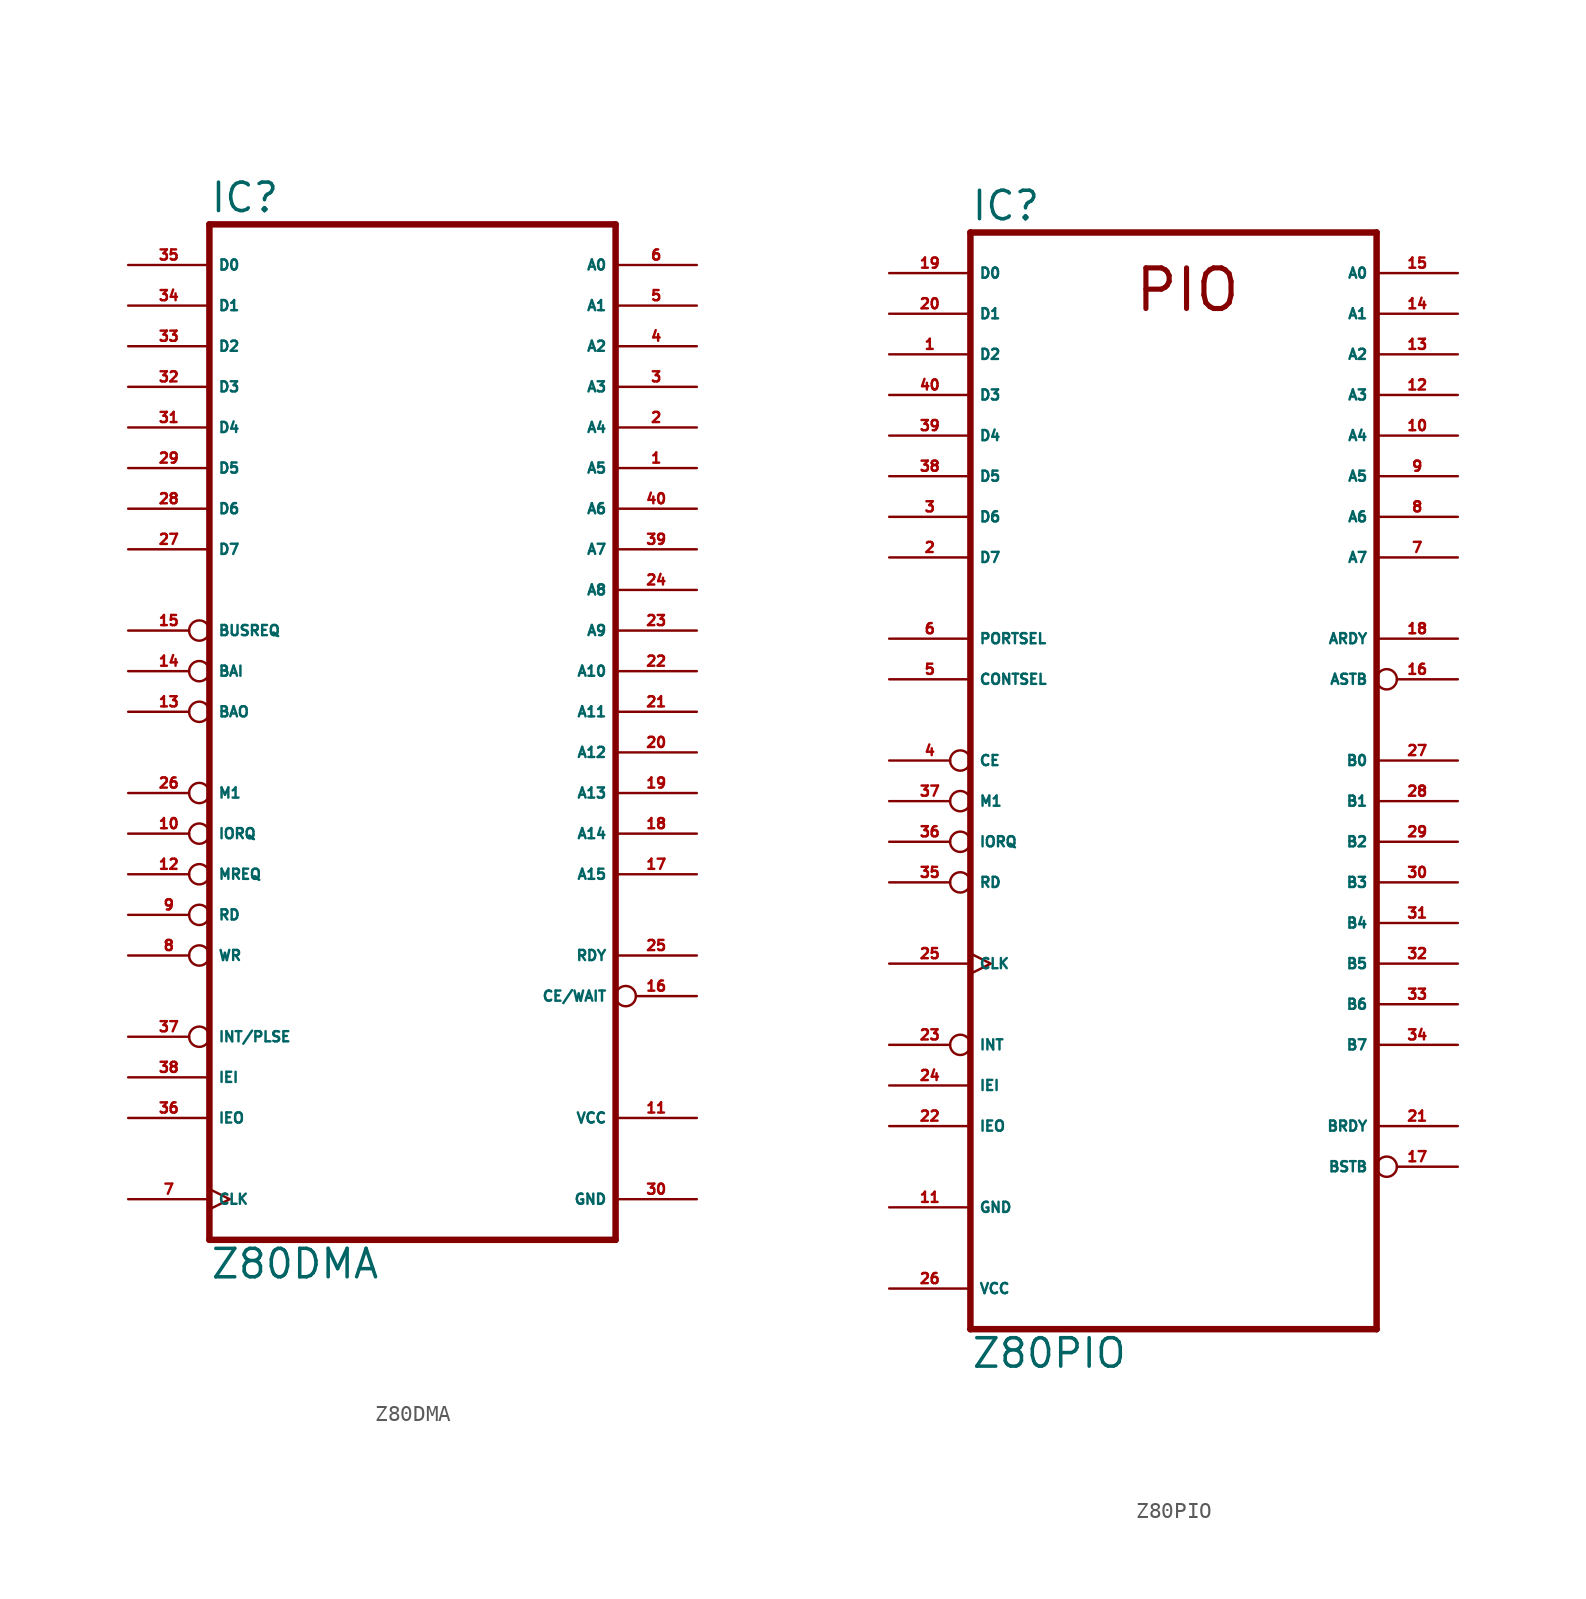
<source format=kicad_sym>
(kicad_symbol_lib
  (version 20220914)
  (generator Eagle2Kicad)
  (symbol "Z80DMA"
    (property "Reference" "IC"
      (at -12.7 31.115 0)
      (effects (font (size 1.778 1.778) (thickness 0.22)) (justify left bottom)))
    (property "Value" "Z80DMA"
      (at -12.7 -35.56 0)
      (effects (font (size 1.778 1.778) (thickness 0.22)) (justify left bottom)))
    (polyline
      (pts (xy -12.7 -33.02) (xy 12.7 -33.02))
      (stroke (width 0.406) (type default))
      (fill (type none)))
    (polyline
      (pts (xy 12.7 -33.02) (xy 12.7 30.48))
      (stroke (width 0.406) (type default))
      (fill (type none)))
    (polyline
      (pts (xy 12.7 30.48) (xy -12.7 30.48))
      (stroke (width 0.406) (type default))
      (fill (type none)))
    (polyline
      (pts (xy -12.7 30.48) (xy -12.7 -33.02))
      (stroke (width 0.406) (type default))
      (fill (type none)))
    (pin output line
      (at 17.78 15.24 180)
      (length 5.08)
      (name "A5" (effects (font (size 0.635 0.635) (thickness 0.08)) (justify left bottom)))
      (number "1" (effects (font (size 0.635 0.635) (thickness 0.08)) (justify left bottom))))
    (pin output line
      (at 17.78 17.78 180)
      (length 5.08)
      (name "A4" (effects (font (size 0.635 0.635) (thickness 0.08)) (justify left bottom)))
      (number "2" (effects (font (size 0.635 0.635) (thickness 0.08)) (justify left bottom))))
    (pin output line
      (at 17.78 20.32 180)
      (length 5.08)
      (name "A3" (effects (font (size 0.635 0.635) (thickness 0.08)) (justify left bottom)))
      (number "3" (effects (font (size 0.635 0.635) (thickness 0.08)) (justify left bottom))))
    (pin output line
      (at 17.78 22.86 180)
      (length 5.08)
      (name "A2" (effects (font (size 0.635 0.635) (thickness 0.08)) (justify left bottom)))
      (number "4" (effects (font (size 0.635 0.635) (thickness 0.08)) (justify left bottom))))
    (pin output line
      (at 17.78 25.4 180)
      (length 5.08)
      (name "A1" (effects (font (size 0.635 0.635) (thickness 0.08)) (justify left bottom)))
      (number "5" (effects (font (size 0.635 0.635) (thickness 0.08)) (justify left bottom))))
    (pin output line
      (at 17.78 27.94 180)
      (length 5.08)
      (name "A0" (effects (font (size 0.635 0.635) (thickness 0.08)) (justify left bottom)))
      (number "6" (effects (font (size 0.635 0.635) (thickness 0.08)) (justify left bottom))))
    (pin input clock
      (at -17.78 -30.48 0)
      (length 5.08)
      (name "CLK" (effects (font (size 0.635 0.635) (thickness 0.08)) (justify left bottom)))
      (number "7" (effects (font (size 0.635 0.635) (thickness 0.08)) (justify left bottom))))
    (pin bidirectional inverted
      (at -17.78 -15.24 0)
      (length 5.08)
      (name "WR" (effects (font (size 0.635 0.635) (thickness 0.08)) (justify left bottom)))
      (number "8" (effects (font (size 0.635 0.635) (thickness 0.08)) (justify left bottom))))
    (pin bidirectional inverted
      (at -17.78 -12.7 0)
      (length 5.08)
      (name "RD" (effects (font (size 0.635 0.635) (thickness 0.08)) (justify left bottom)))
      (number "9" (effects (font (size 0.635 0.635) (thickness 0.08)) (justify left bottom))))
    (pin bidirectional inverted
      (at -17.78 -7.62 0)
      (length 5.08)
      (name "IORQ" (effects (font (size 0.635 0.635) (thickness 0.08)) (justify left bottom)))
      (number "10" (effects (font (size 0.635 0.635) (thickness 0.08)) (justify left bottom))))
    (pin output inverted
      (at -17.78 -10.16 0)
      (length 5.08)
      (name "MREQ" (effects (font (size 0.635 0.635) (thickness 0.08)) (justify left bottom)))
      (number "12" (effects (font (size 0.635 0.635) (thickness 0.08)) (justify left bottom))))
    (pin output inverted
      (at -17.78 0 0)
      (length 5.08)
      (name "BAO" (effects (font (size 0.635 0.635) (thickness 0.08)) (justify left bottom)))
      (number "13" (effects (font (size 0.635 0.635) (thickness 0.08)) (justify left bottom))))
    (pin input inverted
      (at -17.78 2.54 0)
      (length 5.08)
      (name "BAI" (effects (font (size 0.635 0.635) (thickness 0.08)) (justify left bottom)))
      (number "14" (effects (font (size 0.635 0.635) (thickness 0.08)) (justify left bottom))))
    (pin bidirectional inverted
      (at -17.78 5.08 0)
      (length 5.08)
      (name "BUSREQ" (effects (font (size 0.635 0.635) (thickness 0.08)) (justify left bottom)))
      (number "15" (effects (font (size 0.635 0.635) (thickness 0.08)) (justify left bottom))))
    (pin input inverted
      (at 17.78 -17.78 180)
      (length 5.08)
      (name "CE/WAIT" (effects (font (size 0.635 0.635) (thickness 0.08)) (justify left bottom)))
      (number "16" (effects (font (size 0.635 0.635) (thickness 0.08)) (justify left bottom))))
    (pin output line
      (at 17.78 -10.16 180)
      (length 5.08)
      (name "A15" (effects (font (size 0.635 0.635) (thickness 0.08)) (justify left bottom)))
      (number "17" (effects (font (size 0.635 0.635) (thickness 0.08)) (justify left bottom))))
    (pin output line
      (at 17.78 -7.62 180)
      (length 5.08)
      (name "A14" (effects (font (size 0.635 0.635) (thickness 0.08)) (justify left bottom)))
      (number "18" (effects (font (size 0.635 0.635) (thickness 0.08)) (justify left bottom))))
    (pin output line
      (at 17.78 -5.08 180)
      (length 5.08)
      (name "A13" (effects (font (size 0.635 0.635) (thickness 0.08)) (justify left bottom)))
      (number "19" (effects (font (size 0.635 0.635) (thickness 0.08)) (justify left bottom))))
    (pin output line
      (at 17.78 -2.54 180)
      (length 5.08)
      (name "A12" (effects (font (size 0.635 0.635) (thickness 0.08)) (justify left bottom)))
      (number "20" (effects (font (size 0.635 0.635) (thickness 0.08)) (justify left bottom))))
    (pin output line
      (at 17.78 0 180)
      (length 5.08)
      (name "A11" (effects (font (size 0.635 0.635) (thickness 0.08)) (justify left bottom)))
      (number "21" (effects (font (size 0.635 0.635) (thickness 0.08)) (justify left bottom))))
    (pin output line
      (at 17.78 2.54 180)
      (length 5.08)
      (name "A10" (effects (font (size 0.635 0.635) (thickness 0.08)) (justify left bottom)))
      (number "22" (effects (font (size 0.635 0.635) (thickness 0.08)) (justify left bottom))))
    (pin output line
      (at 17.78 5.08 180)
      (length 5.08)
      (name "A9" (effects (font (size 0.635 0.635) (thickness 0.08)) (justify left bottom)))
      (number "23" (effects (font (size 0.635 0.635) (thickness 0.08)) (justify left bottom))))
    (pin output line
      (at 17.78 7.62 180)
      (length 5.08)
      (name "A8" (effects (font (size 0.635 0.635) (thickness 0.08)) (justify left bottom)))
      (number "24" (effects (font (size 0.635 0.635) (thickness 0.08)) (justify left bottom))))
    (pin input line
      (at 17.78 -15.24 180)
      (length 5.08)
      (name "RDY" (effects (font (size 0.635 0.635) (thickness 0.08)) (justify left bottom)))
      (number "25" (effects (font (size 0.635 0.635) (thickness 0.08)) (justify left bottom))))
    (pin input inverted
      (at -17.78 -5.08 0)
      (length 5.08)
      (name "M1" (effects (font (size 0.635 0.635) (thickness 0.08)) (justify left bottom)))
      (number "26" (effects (font (size 0.635 0.635) (thickness 0.08)) (justify left bottom))))
    (pin bidirectional line
      (at -17.78 10.16 0)
      (length 5.08)
      (name "D7" (effects (font (size 0.635 0.635) (thickness 0.08)) (justify left bottom)))
      (number "27" (effects (font (size 0.635 0.635) (thickness 0.08)) (justify left bottom))))
    (pin bidirectional line
      (at -17.78 12.7 0)
      (length 5.08)
      (name "D6" (effects (font (size 0.635 0.635) (thickness 0.08)) (justify left bottom)))
      (number "28" (effects (font (size 0.635 0.635) (thickness 0.08)) (justify left bottom))))
    (pin bidirectional line
      (at -17.78 15.24 0)
      (length 5.08)
      (name "D5" (effects (font (size 0.635 0.635) (thickness 0.08)) (justify left bottom)))
      (number "29" (effects (font (size 0.635 0.635) (thickness 0.08)) (justify left bottom))))
    (pin bidirectional line
      (at -17.78 17.78 0)
      (length 5.08)
      (name "D4" (effects (font (size 0.635 0.635) (thickness 0.08)) (justify left bottom)))
      (number "31" (effects (font (size 0.635 0.635) (thickness 0.08)) (justify left bottom))))
    (pin bidirectional line
      (at -17.78 20.32 0)
      (length 5.08)
      (name "D3" (effects (font (size 0.635 0.635) (thickness 0.08)) (justify left bottom)))
      (number "32" (effects (font (size 0.635 0.635) (thickness 0.08)) (justify left bottom))))
    (pin bidirectional line
      (at -17.78 22.86 0)
      (length 5.08)
      (name "D2" (effects (font (size 0.635 0.635) (thickness 0.08)) (justify left bottom)))
      (number "33" (effects (font (size 0.635 0.635) (thickness 0.08)) (justify left bottom))))
    (pin bidirectional line
      (at -17.78 25.4 0)
      (length 5.08)
      (name "D1" (effects (font (size 0.635 0.635) (thickness 0.08)) (justify left bottom)))
      (number "34" (effects (font (size 0.635 0.635) (thickness 0.08)) (justify left bottom))))
    (pin bidirectional line
      (at -17.78 27.94 0)
      (length 5.08)
      (name "D0" (effects (font (size 0.635 0.635) (thickness 0.08)) (justify left bottom)))
      (number "35" (effects (font (size 0.635 0.635) (thickness 0.08)) (justify left bottom))))
    (pin output line
      (at -17.78 -25.4 0)
      (length 5.08)
      (name "IEO" (effects (font (size 0.635 0.635) (thickness 0.08)) (justify left bottom)))
      (number "36" (effects (font (size 0.635 0.635) (thickness 0.08)) (justify left bottom))))
    (pin open_collector inverted
      (at -17.78 -20.32 0)
      (length 5.08)
      (name "INT/PLSE" (effects (font (size 0.635 0.635) (thickness 0.08)) (justify left bottom)))
      (number "37" (effects (font (size 0.635 0.635) (thickness 0.08)) (justify left bottom))))
    (pin input line
      (at -17.78 -22.86 0)
      (length 5.08)
      (name "IEI" (effects (font (size 0.635 0.635) (thickness 0.08)) (justify left bottom)))
      (number "38" (effects (font (size 0.635 0.635) (thickness 0.08)) (justify left bottom))))
    (pin output line
      (at 17.78 10.16 180)
      (length 5.08)
      (name "A7" (effects (font (size 0.635 0.635) (thickness 0.08)) (justify left bottom)))
      (number "39" (effects (font (size 0.635 0.635) (thickness 0.08)) (justify left bottom))))
    (pin output line
      (at 17.78 12.7 180)
      (length 5.08)
      (name "A6" (effects (font (size 0.635 0.635) (thickness 0.08)) (justify left bottom)))
      (number "40" (effects (font (size 0.635 0.635) (thickness 0.08)) (justify left bottom))))
    (pin unspecified line
      (at 17.78 -30.48 180)
      (length 5.08)
      (name "GND" (effects (font (size 0.635 0.635) (thickness 0.08)) (justify left bottom)))
      (number "30" (effects (font (size 0.635 0.635) (thickness 0.08)) (justify left bottom))))
    (pin unspecified line
      (at 17.78 -25.4 180)
      (length 5.08)
      (name "VCC" (effects (font (size 0.635 0.635) (thickness 0.08)) (justify left bottom)))
      (number "11" (effects (font (size 0.635 0.635) (thickness 0.08)) (justify left bottom)))))
  (symbol "Z80PIO"
    (property "Reference" "IC"
      (at -12.7 33.655 0)
      (effects (font (size 1.778 1.778) (thickness 0.22)) (justify left bottom)))
    (property "Value" "Z80PIO"
      (at -12.7 -38.1 0)
      (effects (font (size 1.778 1.778) (thickness 0.22)) (justify left bottom)))
    (polyline
      (pts (xy -12.7 -35.56) (xy 12.7 -35.56))
      (stroke (width 0.406) (type default))
      (fill (type none)))
    (polyline
      (pts (xy 12.7 33.02) (xy 12.7 -35.56))
      (stroke (width 0.406) (type default))
      (fill (type none)))
    (polyline
      (pts (xy 12.7 33.02) (xy -12.7 33.02))
      (stroke (width 0.406) (type default))
      (fill (type none)))
    (polyline
      (pts (xy -12.7 -35.56) (xy -12.7 33.02))
      (stroke (width 0.406) (type default))
      (fill (type none)))
    (text "PIO"
      (at -2.54 27.94 0)
      (effects (font (size 2.54 2.54) (thickness 0.32)) (justify left bottom)))
    (pin bidirectional line
      (at -17.78 30.48 0)
      (length 5.08)
      (name "D0" (effects (font (size 0.635 0.635) (thickness 0.08)) (justify left bottom)))
      (number "19" (effects (font (size 0.635 0.635) (thickness 0.08)) (justify left bottom))))
    (pin bidirectional line
      (at -17.78 27.94 0)
      (length 5.08)
      (name "D1" (effects (font (size 0.635 0.635) (thickness 0.08)) (justify left bottom)))
      (number "20" (effects (font (size 0.635 0.635) (thickness 0.08)) (justify left bottom))))
    (pin bidirectional line
      (at -17.78 25.4 0)
      (length 5.08)
      (name "D2" (effects (font (size 0.635 0.635) (thickness 0.08)) (justify left bottom)))
      (number "1" (effects (font (size 0.635 0.635) (thickness 0.08)) (justify left bottom))))
    (pin bidirectional line
      (at -17.78 22.86 0)
      (length 5.08)
      (name "D3" (effects (font (size 0.635 0.635) (thickness 0.08)) (justify left bottom)))
      (number "40" (effects (font (size 0.635 0.635) (thickness 0.08)) (justify left bottom))))
    (pin bidirectional line
      (at -17.78 20.32 0)
      (length 5.08)
      (name "D4" (effects (font (size 0.635 0.635) (thickness 0.08)) (justify left bottom)))
      (number "39" (effects (font (size 0.635 0.635) (thickness 0.08)) (justify left bottom))))
    (pin bidirectional line
      (at -17.78 17.78 0)
      (length 5.08)
      (name "D5" (effects (font (size 0.635 0.635) (thickness 0.08)) (justify left bottom)))
      (number "38" (effects (font (size 0.635 0.635) (thickness 0.08)) (justify left bottom))))
    (pin bidirectional line
      (at -17.78 15.24 0)
      (length 5.08)
      (name "D6" (effects (font (size 0.635 0.635) (thickness 0.08)) (justify left bottom)))
      (number "3" (effects (font (size 0.635 0.635) (thickness 0.08)) (justify left bottom))))
    (pin bidirectional line
      (at -17.78 12.7 0)
      (length 5.08)
      (name "D7" (effects (font (size 0.635 0.635) (thickness 0.08)) (justify left bottom)))
      (number "2" (effects (font (size 0.635 0.635) (thickness 0.08)) (justify left bottom))))
    (pin bidirectional line
      (at 17.78 30.48 180)
      (length 5.08)
      (name "A0" (effects (font (size 0.635 0.635) (thickness 0.08)) (justify left bottom)))
      (number "15" (effects (font (size 0.635 0.635) (thickness 0.08)) (justify left bottom))))
    (pin bidirectional line
      (at 17.78 27.94 180)
      (length 5.08)
      (name "A1" (effects (font (size 0.635 0.635) (thickness 0.08)) (justify left bottom)))
      (number "14" (effects (font (size 0.635 0.635) (thickness 0.08)) (justify left bottom))))
    (pin bidirectional line
      (at 17.78 25.4 180)
      (length 5.08)
      (name "A2" (effects (font (size 0.635 0.635) (thickness 0.08)) (justify left bottom)))
      (number "13" (effects (font (size 0.635 0.635) (thickness 0.08)) (justify left bottom))))
    (pin bidirectional line
      (at 17.78 22.86 180)
      (length 5.08)
      (name "A3" (effects (font (size 0.635 0.635) (thickness 0.08)) (justify left bottom)))
      (number "12" (effects (font (size 0.635 0.635) (thickness 0.08)) (justify left bottom))))
    (pin bidirectional line
      (at 17.78 20.32 180)
      (length 5.08)
      (name "A4" (effects (font (size 0.635 0.635) (thickness 0.08)) (justify left bottom)))
      (number "10" (effects (font (size 0.635 0.635) (thickness 0.08)) (justify left bottom))))
    (pin bidirectional line
      (at 17.78 17.78 180)
      (length 5.08)
      (name "A5" (effects (font (size 0.635 0.635) (thickness 0.08)) (justify left bottom)))
      (number "9" (effects (font (size 0.635 0.635) (thickness 0.08)) (justify left bottom))))
    (pin bidirectional line
      (at 17.78 15.24 180)
      (length 5.08)
      (name "A6" (effects (font (size 0.635 0.635) (thickness 0.08)) (justify left bottom)))
      (number "8" (effects (font (size 0.635 0.635) (thickness 0.08)) (justify left bottom))))
    (pin bidirectional line
      (at 17.78 12.7 180)
      (length 5.08)
      (name "A7" (effects (font (size 0.635 0.635) (thickness 0.08)) (justify left bottom)))
      (number "7" (effects (font (size 0.635 0.635) (thickness 0.08)) (justify left bottom))))
    (pin bidirectional line
      (at 17.78 0 180)
      (length 5.08)
      (name "B0" (effects (font (size 0.635 0.635) (thickness 0.08)) (justify left bottom)))
      (number "27" (effects (font (size 0.635 0.635) (thickness 0.08)) (justify left bottom))))
    (pin bidirectional line
      (at 17.78 -2.54 180)
      (length 5.08)
      (name "B1" (effects (font (size 0.635 0.635) (thickness 0.08)) (justify left bottom)))
      (number "28" (effects (font (size 0.635 0.635) (thickness 0.08)) (justify left bottom))))
    (pin bidirectional line
      (at 17.78 -5.08 180)
      (length 5.08)
      (name "B2" (effects (font (size 0.635 0.635) (thickness 0.08)) (justify left bottom)))
      (number "29" (effects (font (size 0.635 0.635) (thickness 0.08)) (justify left bottom))))
    (pin bidirectional line
      (at 17.78 -7.62 180)
      (length 5.08)
      (name "B3" (effects (font (size 0.635 0.635) (thickness 0.08)) (justify left bottom)))
      (number "30" (effects (font (size 0.635 0.635) (thickness 0.08)) (justify left bottom))))
    (pin bidirectional line
      (at 17.78 -10.16 180)
      (length 5.08)
      (name "B4" (effects (font (size 0.635 0.635) (thickness 0.08)) (justify left bottom)))
      (number "31" (effects (font (size 0.635 0.635) (thickness 0.08)) (justify left bottom))))
    (pin bidirectional line
      (at 17.78 -12.7 180)
      (length 5.08)
      (name "B5" (effects (font (size 0.635 0.635) (thickness 0.08)) (justify left bottom)))
      (number "32" (effects (font (size 0.635 0.635) (thickness 0.08)) (justify left bottom))))
    (pin bidirectional line
      (at 17.78 -15.24 180)
      (length 5.08)
      (name "B6" (effects (font (size 0.635 0.635) (thickness 0.08)) (justify left bottom)))
      (number "33" (effects (font (size 0.635 0.635) (thickness 0.08)) (justify left bottom))))
    (pin bidirectional line
      (at 17.78 -17.78 180)
      (length 5.08)
      (name "B7" (effects (font (size 0.635 0.635) (thickness 0.08)) (justify left bottom)))
      (number "34" (effects (font (size 0.635 0.635) (thickness 0.08)) (justify left bottom))))
    (pin output line
      (at 17.78 7.62 180)
      (length 5.08)
      (name "ARDY" (effects (font (size 0.635 0.635) (thickness 0.08)) (justify left bottom)))
      (number "18" (effects (font (size 0.635 0.635) (thickness 0.08)) (justify left bottom))))
    (pin input inverted
      (at 17.78 5.08 180)
      (length 5.08)
      (name "ASTB" (effects (font (size 0.635 0.635) (thickness 0.08)) (justify left bottom)))
      (number "16" (effects (font (size 0.635 0.635) (thickness 0.08)) (justify left bottom))))
    (pin output line
      (at 17.78 -22.86 180)
      (length 5.08)
      (name "BRDY" (effects (font (size 0.635 0.635) (thickness 0.08)) (justify left bottom)))
      (number "21" (effects (font (size 0.635 0.635) (thickness 0.08)) (justify left bottom))))
    (pin input inverted
      (at 17.78 -25.4 180)
      (length 5.08)
      (name "BSTB" (effects (font (size 0.635 0.635) (thickness 0.08)) (justify left bottom)))
      (number "17" (effects (font (size 0.635 0.635) (thickness 0.08)) (justify left bottom))))
    (pin input line
      (at -17.78 7.62 0)
      (length 5.08)
      (name "PORTSEL" (effects (font (size 0.635 0.635) (thickness 0.08)) (justify left bottom)))
      (number "6" (effects (font (size 0.635 0.635) (thickness 0.08)) (justify left bottom))))
    (pin input line
      (at -17.78 5.08 0)
      (length 5.08)
      (name "CONTSEL" (effects (font (size 0.635 0.635) (thickness 0.08)) (justify left bottom)))
      (number "5" (effects (font (size 0.635 0.635) (thickness 0.08)) (justify left bottom))))
    (pin input inverted
      (at -17.78 0 0)
      (length 5.08)
      (name "CE" (effects (font (size 0.635 0.635) (thickness 0.08)) (justify left bottom)))
      (number "4" (effects (font (size 0.635 0.635) (thickness 0.08)) (justify left bottom))))
    (pin input inverted
      (at -17.78 -2.54 0)
      (length 5.08)
      (name "M1" (effects (font (size 0.635 0.635) (thickness 0.08)) (justify left bottom)))
      (number "37" (effects (font (size 0.635 0.635) (thickness 0.08)) (justify left bottom))))
    (pin input inverted
      (at -17.78 -5.08 0)
      (length 5.08)
      (name "IORQ" (effects (font (size 0.635 0.635) (thickness 0.08)) (justify left bottom)))
      (number "36" (effects (font (size 0.635 0.635) (thickness 0.08)) (justify left bottom))))
    (pin input inverted
      (at -17.78 -7.62 0)
      (length 5.08)
      (name "RD" (effects (font (size 0.635 0.635) (thickness 0.08)) (justify left bottom)))
      (number "35" (effects (font (size 0.635 0.635) (thickness 0.08)) (justify left bottom))))
    (pin input clock
      (at -17.78 -12.7 0)
      (length 5.08)
      (name "CLK" (effects (font (size 0.635 0.635) (thickness 0.08)) (justify left bottom)))
      (number "25" (effects (font (size 0.635 0.635) (thickness 0.08)) (justify left bottom))))
    (pin output inverted
      (at -17.78 -17.78 0)
      (length 5.08)
      (name "INT" (effects (font (size 0.635 0.635) (thickness 0.08)) (justify left bottom)))
      (number "23" (effects (font (size 0.635 0.635) (thickness 0.08)) (justify left bottom))))
    (pin input line
      (at -17.78 -20.32 0)
      (length 5.08)
      (name "IEI" (effects (font (size 0.635 0.635) (thickness 0.08)) (justify left bottom)))
      (number "24" (effects (font (size 0.635 0.635) (thickness 0.08)) (justify left bottom))))
    (pin output line
      (at -17.78 -22.86 0)
      (length 5.08)
      (name "IEO" (effects (font (size 0.635 0.635) (thickness 0.08)) (justify left bottom)))
      (number "22" (effects (font (size 0.635 0.635) (thickness 0.08)) (justify left bottom))))
    (pin unspecified line
      (at -17.78 -27.94 0)
      (length 5.08)
      (name "GND" (effects (font (size 0.635 0.635) (thickness 0.08)) (justify left bottom)))
      (number "11" (effects (font (size 0.635 0.635) (thickness 0.08)) (justify left bottom))))
    (pin unspecified line
      (at -17.78 -33.02 0)
      (length 5.08)
      (name "VCC" (effects (font (size 0.635 0.635) (thickness 0.08)) (justify left bottom)))
      (number "26" (effects (font (size 0.635 0.635) (thickness 0.08)) (justify left bottom))))))
</source>
